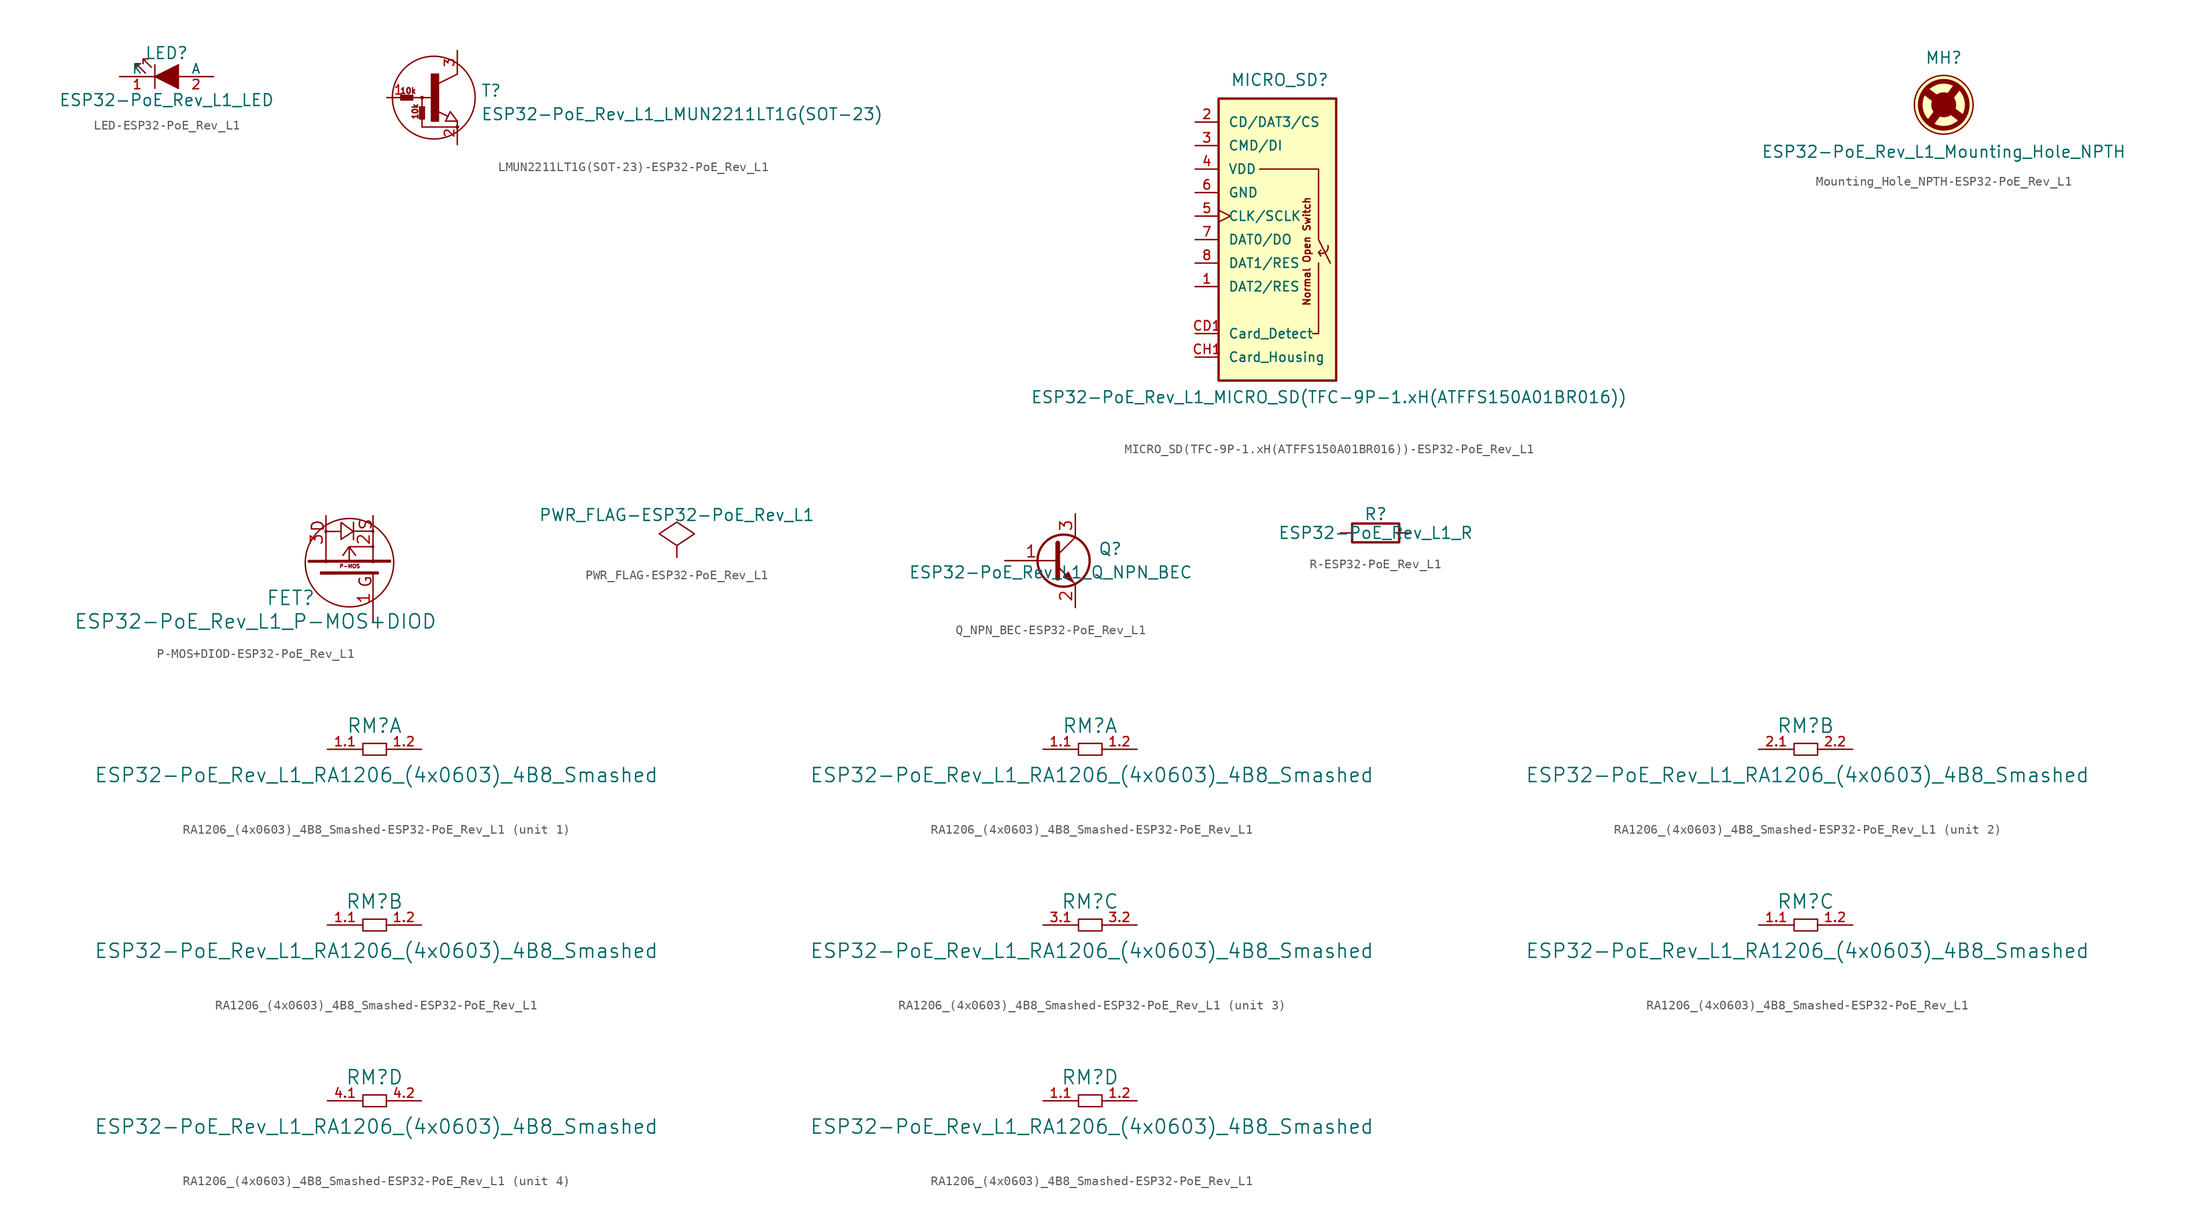
<source format=kicad_sym>
(kicad_symbol_lib
  (version 20220914)
  (generator kicad_symbol_editor)
  (symbol "LED-ESP32-PoE_Rev_L1"
    (pin_names
      (offset 0))
    (property "Reference" "LED"
      (at 0 2.54 0)
      (effects (font (size 1.27 1.27))))
    (property "Value" "ESP32-PoE_Rev_L1_LED"
      (at 0 -2.54 0)
      (effects (font (size 1.27 1.27))))
    (property "Footprint" ""
      (at 0 0 0)
      (effects (font (size 1.524 1.524))))
    (property "Datasheet" ""
      (at 0 0 0)
      (effects (font (size 1.524 1.524))))
    (symbol "LED-ESP32-PoE_Rev_L1_0_1"
      (polyline (pts (xy -3.302 1.397) (xy -3.302 0.889)) (stroke (width 0) (type solid)) (fill (type none)))
      (polyline (pts (xy -2.54 1.905) (xy -2.032 1.905)) (stroke (width 0) (type solid)) (fill (type none)))
      (polyline (pts (xy -1.27 -1.27) (xy -1.27 1.27)) (stroke (width 0) (type solid)) (fill (type none)))
      (polyline (pts (xy -2.286 0.381) (xy -3.302 1.397) (xy -2.794 1.397)) (stroke (width 0) (type solid)) (fill (type none)))
      (polyline (pts (xy -1.651 1.016) (xy -2.54 1.905) (xy -2.54 1.397)) (stroke (width 0) (type solid)) (fill (type none)))
      (polyline (pts (xy 1.27 -1.27) (xy -1.27 0) (xy 1.27 1.27)) (stroke (width 0) (type solid)) (fill (type outline)))
      (rectangle (start 1.27 1.27) (end 1.27 -1.27) (stroke (width 0) (type solid)) (fill (type none))))
    (symbol "LED-ESP32-PoE_Rev_L1_1_1"
      (pin passive line (at -5.08 0 0) (length 3.81) (name "K" (effects (font (size 1.016 1.016)))) (number "1" (effects (font (size 1.016 1.016)))))
      (pin passive line (at 5.08 0 180) (length 3.81) (name "A" (effects (font (size 1.016 1.016)))) (number "2" (effects (font (size 1.016 1.016)))))))
  (symbol "LMUN2211LT1G(SOT-23)-ESP32-PoE_Rev_L1"
    (pin_names
      (offset 0) hide)
    (property "Reference" "T"
      (at 5.08 0 0)
      (effects (font (size 1.27 1.27)) (justify left bottom)))
    (property "Value" "ESP32-PoE_Rev_L1_LMUN2211LT1G(SOT-23)"
      (at 5.08 -2.54 0)
      (effects (font (size 1.27 1.27)) (justify left bottom)))
    (property "Datasheet" ""
      (at 0 0 0)
      (effects (font (size 1.524 1.524))))
    (symbol "LMUN2211LT1G(SOT-23)-ESP32-PoE_Rev_L1_1_0"
      (polyline (pts (xy -3.556 -0.254) (xy -2.286 -0.254)) (stroke (width 0) (type solid)) (fill (type none)))
      (polyline (pts (xy -3.556 -0.127) (xy -3.556 -0.254)) (stroke (width 0) (type solid)) (fill (type none)))
      (polyline (pts (xy -3.556 -0.127) (xy -2.286 -0.127)) (stroke (width 0) (type solid)) (fill (type none)))
      (polyline (pts (xy -3.556 0) (xy -3.556 -0.127)) (stroke (width 0) (type solid)) (fill (type none)))
      (polyline (pts (xy -3.556 0.127) (xy -3.556 0)) (stroke (width 0) (type solid)) (fill (type none)))
      (polyline (pts (xy -3.556 0.127) (xy -2.286 0.127)) (stroke (width 0) (type solid)) (fill (type none)))
      (polyline (pts (xy -3.556 0.254) (xy -3.556 0.127)) (stroke (width 0) (type solid)) (fill (type none)))
      (polyline (pts (xy -3.556 0.254) (xy -2.286 0.254)) (stroke (width 0) (type solid)) (fill (type none)))
      (polyline (pts (xy -2.286 0) (xy -3.556 0)) (stroke (width 0) (type solid)) (fill (type none)))
      (polyline (pts (xy -2.286 0) (xy -2.286 -0.254)) (stroke (width 0) (type solid)) (fill (type none)))
      (polyline (pts (xy -2.286 0.127) (xy -2.286 0)) (stroke (width 0) (type solid)) (fill (type none)))
      (polyline (pts (xy -2.286 0.254) (xy -2.286 0.127)) (stroke (width 0) (type solid)) (fill (type none)))
      (polyline (pts (xy -1.524 -2.286) (xy -1.524 -1.016)) (stroke (width 0) (type solid)) (fill (type none)))
      (polyline (pts (xy -1.524 -2.286) (xy -1.397 -2.286)) (stroke (width 0) (type solid)) (fill (type none)))
      (polyline (pts (xy -1.524 -1.016) (xy -1.397 -1.016)) (stroke (width 0) (type solid)) (fill (type none)))
      (polyline (pts (xy -1.397 -2.286) (xy -1.397 -1.016)) (stroke (width 0) (type solid)) (fill (type none)))
      (polyline (pts (xy -1.397 -2.286) (xy -1.143 -2.286)) (stroke (width 0) (type solid)) (fill (type none)))
      (polyline (pts (xy -1.397 -1.016) (xy -1.143 -1.016)) (stroke (width 0) (type solid)) (fill (type none)))
      (polyline (pts (xy -1.27 -3.175) (xy 2.54 -3.175)) (stroke (width 0) (type solid)) (fill (type none)))
      (polyline (pts (xy -1.27 0) (xy -2.286 0)) (stroke (width 0) (type solid)) (fill (type none)))
      (polyline (pts (xy -1.27 0) (xy -1.27 -3.175)) (stroke (width 0) (type solid)) (fill (type none)))
      (polyline (pts (xy -1.143 -2.286) (xy -1.143 -1.016)) (stroke (width 0) (type solid)) (fill (type none)))
      (polyline (pts (xy -1.143 -2.286) (xy -1.016 -2.286)) (stroke (width 0) (type solid)) (fill (type none)))
      (polyline (pts (xy -1.143 -1.016) (xy -1.016 -1.016)) (stroke (width 0) (type solid)) (fill (type none)))
      (polyline (pts (xy -1.016 -2.286) (xy -1.016 -1.016)) (stroke (width 0) (type solid)) (fill (type none)))
      (polyline (pts (xy 0 0) (xy -1.27 0)) (stroke (width 0) (type solid)) (fill (type none)))
      (polyline (pts (xy 1.27 -2.54) (xy 1.778 -1.524)) (stroke (width 0) (type solid)) (fill (type none)))
      (polyline (pts (xy 1.524 -2.032) (xy 0.305 -1.422)) (stroke (width 0) (type solid)) (fill (type none)))
      (polyline (pts (xy 1.778 -1.524) (xy 2.54 -2.54)) (stroke (width 0) (type solid)) (fill (type none)))
      (polyline (pts (xy 2.54 -2.54) (xy 1.27 -2.54)) (stroke (width 0) (type solid)) (fill (type none)))
      (polyline (pts (xy 2.54 2.54) (xy 0.508 1.524)) (stroke (width 0) (type solid)) (fill (type none)))
      (text "10k" (at -2.769 0.737 0) (effects (font (size 0.61 0.61))))
      (text "10k" (at -2.007 -1.499 900) (effects (font (size 0.61 0.61)))))
    (symbol "LMUN2211LT1G(SOT-23)-ESP32-PoE_Rev_L1_1_1"
      (circle (center -1.27 0) (radius 0.127) (stroke (width 0) (type solid)) (fill (type outline)))
      (rectangle (start -0.254 -2.54) (end 0.508 2.54) (stroke (width 0) (type solid)) (fill (type outline)))
      (circle (center 0 0) (radius 4.47) (stroke (width 0) (type solid)) (fill (type none)))
      (circle (center 2.54 -3.175) (radius 0.127) (stroke (width 0) (type solid)) (fill (type outline)))
      (pin passive line (at -5.08 0 0) (length 2.54) (name "B" (effects (font (size 1.016 1.016)))) (number "1" (effects (font (size 1.016 1.016)))))
      (pin passive line (at 2.54 -5.08 90) (length 2.54) (name "E" (effects (font (size 1.016 1.016)))) (number "2" (effects (font (size 1.016 1.016)))))
      (pin passive line (at 2.54 5.08 270) (length 2.54) (name "C" (effects (font (size 1.016 1.016)))) (number "3" (effects (font (size 1.016 1.016)))))))
  (symbol "MICRO_SD(TFC-9P-1.xH(ATFFS150A01BR016))-ESP32-PoE_Rev_L1"
    (pin_names
      (offset 1.016))
    (property "Reference" "MICRO_SD"
      (at -3.81 16.51 0)
      (effects (font (size 1.27 1.27)) (justify left bottom)))
    (property "Value" "ESP32-PoE_Rev_L1_MICRO_SD(TFC-9P-1.xH(ATFFS150A01BR016))"
      (at -25.4 -17.78 0)
      (effects (font (size 1.27 1.27)) (justify left bottom)))
    (property "Datasheet" ""
      (at 5.08 2.54 0)
      (effects (font (size 1.524 1.524))))
    (property "ki_locked" ""
      (at 0 0 0)
      (effects (font (size 1.27 1.27))))
    (symbol "MICRO_SD(TFC-9P-1.xH(ATFFS150A01BR016))-ESP32-PoE_Rev_L1_0_0"
      (polyline (pts (xy 5.715 -1.397) (xy 5.969 -1.778)) (stroke (width 0) (type solid)) (fill (type none)))
      (polyline (pts (xy 5.715 -1.397) (xy 5.969 -1.143)) (stroke (width 0) (type solid)) (fill (type none)))
      (arc (start 5.715 -1.397) (mid 6.4809 -1.3599) (end 6.731 -0.635) (stroke (width 0) (type solid)) (fill (type none)))
      (text "Normal Open Switch" (at 4.445 -1.27 900) (effects (font (size 0.762 0.762)))))
    (symbol "MICRO_SD(TFC-9P-1.xH(ATFFS150A01BR016))-ESP32-PoE_Rev_L1_0_1"
      (rectangle (start -5.08 15.24) (end 7.62 -15.24) (stroke (width 0.254) (type solid)) (fill (type background)))
      (polyline (pts (xy 5.715 -2.54) (xy 5.715 -10.16) (xy 5.08 -10.16)) (stroke (width 0) (type solid)) (fill (type none)))
      (polyline (pts (xy -0.635 7.62) (xy 5.715 7.62) (xy 5.715 0) (xy 6.985 -2.54)) (stroke (width 0) (type solid)) (fill (type none))))
    (symbol "MICRO_SD(TFC-9P-1.xH(ATFFS150A01BR016))-ESP32-PoE_Rev_L1_1_1"
      (pin bidirectional line (at -7.62 -5.08 0) (length 2.54) (name "DAT2/RES" (effects (font (size 1.016 1.016)))) (number "1" (effects (font (size 1.016 1.016)))))
      (pin bidirectional line (at -7.62 12.7 0) (length 2.54) (name "CD/DAT3/CS" (effects (font (size 1.016 1.016)))) (number "2" (effects (font (size 1.016 1.016)))))
      (pin input line (at -7.62 10.16 0) (length 2.54) (name "CMD/DI" (effects (font (size 1.016 1.016)))) (number "3" (effects (font (size 1.016 1.016)))))
      (pin power_in line (at -7.62 7.62 0) (length 2.54) (name "VDD" (effects (font (size 1.016 1.016)))) (number "4" (effects (font (size 1.016 1.016)))))
      (pin input clock (at -7.62 2.54 0) (length 2.54) (name "CLK/SCLK" (effects (font (size 1.016 1.016)))) (number "5" (effects (font (size 1.016 1.016)))))
      (pin power_in line (at -7.62 5.08 0) (length 2.54) (name "GND" (effects (font (size 1.016 1.016)))) (number "6" (effects (font (size 1.016 1.016)))))
      (pin bidirectional line (at -7.62 0 0) (length 2.54) (name "DAT0/DO" (effects (font (size 1.016 1.016)))) (number "7" (effects (font (size 1.016 1.016)))))
      (pin bidirectional line (at -7.62 -2.54 0) (length 2.54) (name "DAT1/RES" (effects (font (size 1.016 1.016)))) (number "8" (effects (font (size 1.016 1.016)))))
      (pin input line (at -7.62 -10.16 0) (length 2.54) (name "Card_Detect" (effects (font (size 1.016 1.016)))) (number "CD1" (effects (font (size 1.016 1.016)))))
      (pin input line (at -7.62 -12.7 0) (length 2.54) (name "Card_Housing" (effects (font (size 1.016 1.016)))) (number "CH1" (effects (font (size 1.016 1.016)))))))
  (symbol "Mounting_Hole_NPTH-ESP32-PoE_Rev_L1"
    (pin_names
      (offset 1.016))
    (property "Reference" "MH"
      (at 0 5.08 0)
      (effects (font (size 1.27 1.27))))
    (property "Value" "ESP32-PoE_Rev_L1_Mounting_Hole_NPTH"
      (at 0 -5.08 0)
      (effects (font (size 1.27 1.27))))
    (symbol "Mounting_Hole_NPTH-ESP32-PoE_Rev_L1_0_1"
      (polyline (pts (xy -1.905 1.27) (xy 1.778 -1.524)) (stroke (width 0.508) (type solid)) (fill (type none)))
      (polyline (pts (xy -1.905 1.27) (xy 1.905 -1.397)) (stroke (width 0.508) (type solid)) (fill (type none)))
      (polyline (pts (xy -1.778 1.524) (xy 1.905 -1.27)) (stroke (width 0.508) (type solid)) (fill (type none)))
      (polyline (pts (xy -1.524 -1.778) (xy 1.27 1.905)) (stroke (width 0.508) (type solid)) (fill (type none)))
      (polyline (pts (xy -1.27 -1.905) (xy 1.397 1.905)) (stroke (width 0.508) (type solid)) (fill (type none)))
      (polyline (pts (xy -1.27 -1.905) (xy 1.524 1.778)) (stroke (width 0.508) (type solid)) (fill (type none)))
      (polyline (pts (xy 1.194 2.184) (xy -1.778 -1.778)) (stroke (width 0) (type solid)) (fill (type none)))
      (polyline (pts (xy 1.778 -1.778) (xy -2.21 1.219)) (stroke (width 0) (type solid)) (fill (type none)))
      (polyline (pts (xy 1.778 1.778) (xy -1.219 -2.21)) (stroke (width 0) (type solid)) (fill (type none)))
      (polyline (pts (xy 2.184 -1.194) (xy -1.778 1.778)) (stroke (width 0) (type solid)) (fill (type none)))
      (circle (center 0 0) (radius 2.54) (stroke (width 0.508) (type solid)) (fill (type none)))
      (circle (center 0 0) (radius 3.175) (stroke (width 0) (type solid)) (fill (type background))))
    (symbol "Mounting_Hole_NPTH-ESP32-PoE_Rev_L1_1_1"
      (circle (center 0 0) (radius 1.27) (stroke (width 0) (type solid)) (fill (type outline)))))
  (symbol "P-MOS+DIOD-ESP32-PoE_Rev_L1"
    (pin_names
      (offset 1.016))
    (property "Reference" "FET"
      (at -6.35 -3.81 0)
      (effects (font (size 1.524 1.524))))
    (property "Value" "ESP32-PoE_Rev_L1_P-MOS+DIOD"
      (at -10.16 -6.35 0)
      (effects (font (size 1.524 1.524))))
    (property "Footprint" ""
      (at 0 0 0)
      (effects (font (size 1.524 1.524))))
    (property "Datasheet" ""
      (at 0 0 0)
      (effects (font (size 1.524 1.524))))
    (symbol "P-MOS+DIOD-ESP32-PoE_Rev_L1_0_0"
      (circle (center -2.54 3.378) (radius 0.102) (stroke (width 0) (type solid)) (fill (type none)))
      (polyline (pts (xy -0.025 1.702) (xy 0.66 0.787)) (stroke (width 0) (type solid)) (fill (type none)))
      (polyline (pts (xy 0.432 4.369) (xy 0.432 2.489)) (stroke (width 0) (type solid)) (fill (type none)))
      (polyline (pts (xy 0.457 3.404) (xy 2.489 3.404)) (stroke (width 0) (type solid)) (fill (type none)))
      (polyline (pts (xy -0.076 1.702) (xy -0.711 0.787) (xy -0.686 0.838)) (stroke (width 0) (type solid)) (fill (type none)))
      (polyline (pts (xy -0.025 0.254) (xy -0.025 1.727) (xy 2.515 1.727)) (stroke (width 0) (type solid)) (fill (type none)))
      (polyline (pts (xy -2.515 3.378) (xy -0.914 3.378) (xy -0.914 4.293) (xy -0.914 2.515) (xy 0.406 3.378) (xy -0.889 4.343)) (stroke (width 0) (type solid)) (fill (type none)))
      (polyline (pts (xy -4.445 0.229) (xy 4.42 0.254) (xy 4.42 0.076) (xy -4.42 0.076) (xy -4.445 0.076) (xy -4.445 0.152) (xy 4.293 0.152)) (stroke (width 0) (type solid)) (fill (type none)))
      (polyline (pts (xy -3.099 -1.016) (xy 3.099 -1.016) (xy 3.099 -1.194) (xy -3.073 -1.219) (xy -3.124 -1.219) (xy -3.124 -1.041) (xy -3.048 -1.143) (xy 2.997 -1.118)) (stroke (width 0) (type solid)) (fill (type none)))
      (circle (center 0 0) (radius 4.775) (stroke (width 0) (type solid)) (fill (type none)))
      (circle (center 2.515 1.727) (radius 0.102) (stroke (width 0) (type solid)) (fill (type none)))
      (circle (center 2.515 3.404) (radius 0.102) (stroke (width 0) (type solid)) (fill (type none)))
      (text "D" (at -3.429 3.988 900) (effects (font (size 1.27 1.27))))
      (text "G" (at 1.727 -2.032 900) (effects (font (size 1.27 1.27))))
      (text "P-MOS" (at 0.025 -0.381 0) (effects (font (size 0.406 0.406))))
      (text "S" (at 1.753 4.14 900) (effects (font (size 1.27 1.27)))))
    (symbol "P-MOS+DIOD-ESP32-PoE_Rev_L1_1_1"
      (pin input line (at 2.54 -6.35 90) (length 5.08) (name "~" (effects (font (size 1.27 1.27)))) (number "1" (effects (font (size 1.27 1.27)))))
      (pin passive line (at 2.54 5.08 270) (length 5.08) (name "~" (effects (font (size 1.27 1.27)))) (number "2" (effects (font (size 1.27 1.27)))))
      (pin passive line (at -2.54 5.08 270) (length 5.08) (name "~" (effects (font (size 1.27 1.27)))) (number "3" (effects (font (size 1.27 1.27)))))))
  (symbol "PWR_FLAG-ESP32-PoE_Rev_L1"
    (power)
    (pin_numbers hide)
    (pin_names
      (offset 0) hide)
    (property "Reference" "#FLG"
      (at 0 2.413 0)
      (effects (font (size 1.27 1.27)) hide))
    (property "Value" "PWR_FLAG-ESP32-PoE_Rev_L1"
      (at 0 4.572 0)
      (effects (font (size 1.27 1.27))))
    (property "Footprint" ""
      (at 0 0 0)
      (effects (font (size 1.524 1.524))))
    (property "Datasheet" ""
      (at 0 0 0)
      (effects (font (size 1.524 1.524))))
    (symbol "PWR_FLAG-ESP32-PoE_Rev_L1_0_0"
      (pin power_out line (at 0 0 90) (length 0) (name "pwr" (effects (font (size 0.508 0.508)))) (number "1" (effects (font (size 0.508 0.508))))))
    (symbol "PWR_FLAG-ESP32-PoE_Rev_L1_0_1"
      (polyline (pts (xy 0 0) (xy 0 1.27) (xy -1.905 2.54) (xy 0 3.81) (xy 1.905 2.54) (xy 0 1.27)) (stroke (width 0) (type solid)) (fill (type none)))))
  (symbol "Q_NPN_BEC-ESP32-PoE_Rev_L1"
    (pin_names
      (offset 0) hide)
    (property "Reference" "Q"
      (at 7.62 1.27 0)
      (effects (font (size 1.27 1.27)) (justify right)))
    (property "Value" "ESP32-PoE_Rev_L1_Q_NPN_BEC"
      (at 15.24 -1.27 0)
      (effects (font (size 1.27 1.27)) (justify right)))
    (property "Footprint" ""
      (at 5.08 2.54 0)
      (effects (font (size 0.737 0.737))))
    (property "Datasheet" ""
      (at 0 0 0)
      (effects (font (size 1.524 1.524))))
    (symbol "Q_NPN_BEC-ESP32-PoE_Rev_L1_0_1"
      (polyline (pts (xy 0.635 0.635) (xy 2.54 2.54)) (stroke (width 0) (type solid)) (fill (type none)))
      (polyline (pts (xy 0.635 -0.635) (xy 2.54 -2.54) (xy 2.54 -2.54)) (stroke (width 0) (type solid)) (fill (type none)))
      (polyline (pts (xy 0.635 1.905) (xy 0.635 -1.905) (xy 0.635 -1.905)) (stroke (width 0.508) (type solid)) (fill (type none)))
      (polyline (pts (xy 1.27 -1.778) (xy 1.778 -1.27) (xy 2.286 -2.286) (xy 1.27 -1.778) (xy 1.27 -1.778)) (stroke (width 0) (type solid)) (fill (type outline)))
      (circle (center 1.27 0) (radius 2.819) (stroke (width 0.254) (type solid)) (fill (type none))))
    (symbol "Q_NPN_BEC-ESP32-PoE_Rev_L1_1_1"
      (pin passive line (at -5.08 0 0) (length 5.715) (name "B" (effects (font (size 1.27 1.27)))) (number "1" (effects (font (size 1.27 1.27)))))
      (pin passive line (at 2.54 -5.08 90) (length 2.54) (name "E" (effects (font (size 1.27 1.27)))) (number "2" (effects (font (size 1.27 1.27)))))
      (pin passive line (at 2.54 5.08 270) (length 2.54) (name "C" (effects (font (size 1.27 1.27)))) (number "3" (effects (font (size 1.27 1.27)))))))
  (symbol "R-ESP32-PoE_Rev_L1"
    (pin_numbers hide)
    (pin_names
      (offset 0))
    (property "Reference" "R"
      (at 0 2.032 0)
      (effects (font (size 1.27 1.27))))
    (property "Value" "ESP32-PoE_Rev_L1_R"
      (at 0 0 0)
      (effects (font (size 1.27 1.27))))
    (property "Footprint" ""
      (at 0 -1.778 0)
      (effects (font (size 0.762 0.762))))
    (property "Datasheet" ""
      (at 0 0 90)
      (effects (font (size 0.762 0.762))))
    (symbol "R-ESP32-PoE_Rev_L1_0_1"
      (rectangle (start 2.54 -1.016) (end -2.54 1.016) (stroke (width 0.254) (type solid)) (fill (type none))))
    (symbol "R-ESP32-PoE_Rev_L1_1_1"
      (pin passive line (at -3.81 0 0) (length 1.27) (name "~" (effects (font (size 1.524 1.524)))) (number "1" (effects (font (size 1.524 1.524)))))
      (pin passive line (at 3.81 0 180) (length 1.27) (name "~" (effects (font (size 1.524 1.524)))) (number "2" (effects (font (size 1.524 1.524)))))))
  (symbol "RA1206_(4x0603)_4B8_Smashed-ESP32-PoE_Rev_L1"
    (pin_names
      (offset 1.016))
    (property "Reference" "RM"
      (at 0 6.35 0)
      (effects (font (size 1.524 1.524))))
    (property "Value" "ESP32-PoE_Rev_L1_RA1206_(4x0603)_4B8_Smashed"
      (at 0.203 1.016 0)
      (effects (font (size 1.524 1.524))))
    (property "Footprint" ""
      (at 1.27 -2.54 0)
      (effects (font (size 1.524 1.524))))
    (property "Datasheet" ""
      (at 1.27 -2.54 0)
      (effects (font (size 1.524 1.524))))
    (symbol "RA1206_(4x0603)_4B8_Smashed-ESP32-PoE_Rev_L1_0_0"
      (rectangle (start -1.245 4.445) (end 1.295 3.175) (stroke (width 0) (type solid)) (fill (type none))))
    (symbol "RA1206_(4x0603)_4B8_Smashed-ESP32-PoE_Rev_L1_1_1"
      (pin passive line (at -5.08 3.81 0) (length 3.81) (name "~" (effects (font (size 0.991 0.991)))) (number "1.1" (effects (font (size 0.991 0.991)))))
      (pin passive line (at 5.08 3.81 180) (length 3.81) (name "~" (effects (font (size 0.991 0.991)))) (number "1.2" (effects (font (size 0.991 0.991))))))
    (symbol "RA1206_(4x0603)_4B8_Smashed-ESP32-PoE_Rev_L1_1_2"
      (pin passive line (at -5.08 3.81 0) (length 3.81) (name "~" (effects (font (size 0.991 0.991)))) (number "1.1" (effects (font (size 0.991 0.991)))))
      (pin passive line (at 5.08 3.81 180) (length 3.81) (name "~" (effects (font (size 0.991 0.991)))) (number "1.2" (effects (font (size 0.991 0.991))))))
    (symbol "RA1206_(4x0603)_4B8_Smashed-ESP32-PoE_Rev_L1_2_1"
      (pin passive line (at -5.08 3.81 0) (length 3.81) (name "~" (effects (font (size 0.991 0.991)))) (number "2.1" (effects (font (size 0.991 0.991)))))
      (pin passive line (at 5.08 3.81 180) (length 3.81) (name "~" (effects (font (size 0.991 0.991)))) (number "2.2" (effects (font (size 0.991 0.991))))))
    (symbol "RA1206_(4x0603)_4B8_Smashed-ESP32-PoE_Rev_L1_2_2"
      (pin passive line (at -5.08 3.81 0) (length 3.81) (name "~" (effects (font (size 0.991 0.991)))) (number "1.1" (effects (font (size 0.991 0.991)))))
      (pin passive line (at 5.08 3.81 180) (length 3.81) (name "~" (effects (font (size 0.991 0.991)))) (number "1.2" (effects (font (size 0.991 0.991))))))
    (symbol "RA1206_(4x0603)_4B8_Smashed-ESP32-PoE_Rev_L1_3_1"
      (pin passive line (at -5.08 3.81 0) (length 3.81) (name "~" (effects (font (size 0.991 0.991)))) (number "3.1" (effects (font (size 0.991 0.991)))))
      (pin passive line (at 5.08 3.81 180) (length 3.81) (name "~" (effects (font (size 0.991 0.991)))) (number "3.2" (effects (font (size 0.991 0.991))))))
    (symbol "RA1206_(4x0603)_4B8_Smashed-ESP32-PoE_Rev_L1_3_2"
      (pin passive line (at -5.08 3.81 0) (length 3.81) (name "~" (effects (font (size 0.991 0.991)))) (number "1.1" (effects (font (size 0.991 0.991)))))
      (pin passive line (at 5.08 3.81 180) (length 3.81) (name "~" (effects (font (size 0.991 0.991)))) (number "1.2" (effects (font (size 0.991 0.991))))))
    (symbol "RA1206_(4x0603)_4B8_Smashed-ESP32-PoE_Rev_L1_4_1"
      (pin passive line (at -5.08 3.81 0) (length 3.81) (name "~" (effects (font (size 0.991 0.991)))) (number "4.1" (effects (font (size 0.991 0.991)))))
      (pin passive line (at 5.08 3.81 180) (length 3.81) (name "~" (effects (font (size 0.991 0.991)))) (number "4.2" (effects (font (size 0.991 0.991))))))
    (symbol "RA1206_(4x0603)_4B8_Smashed-ESP32-PoE_Rev_L1_4_2"
      (pin passive line (at -5.08 3.81 0) (length 3.81) (name "~" (effects (font (size 0.991 0.991)))) (number "1.1" (effects (font (size 0.991 0.991)))))
      (pin passive line (at 5.08 3.81 180) (length 3.81) (name "~" (effects (font (size 0.991 0.991)))) (number "1.2" (effects (font (size 0.991 0.991))))))))
</source>
